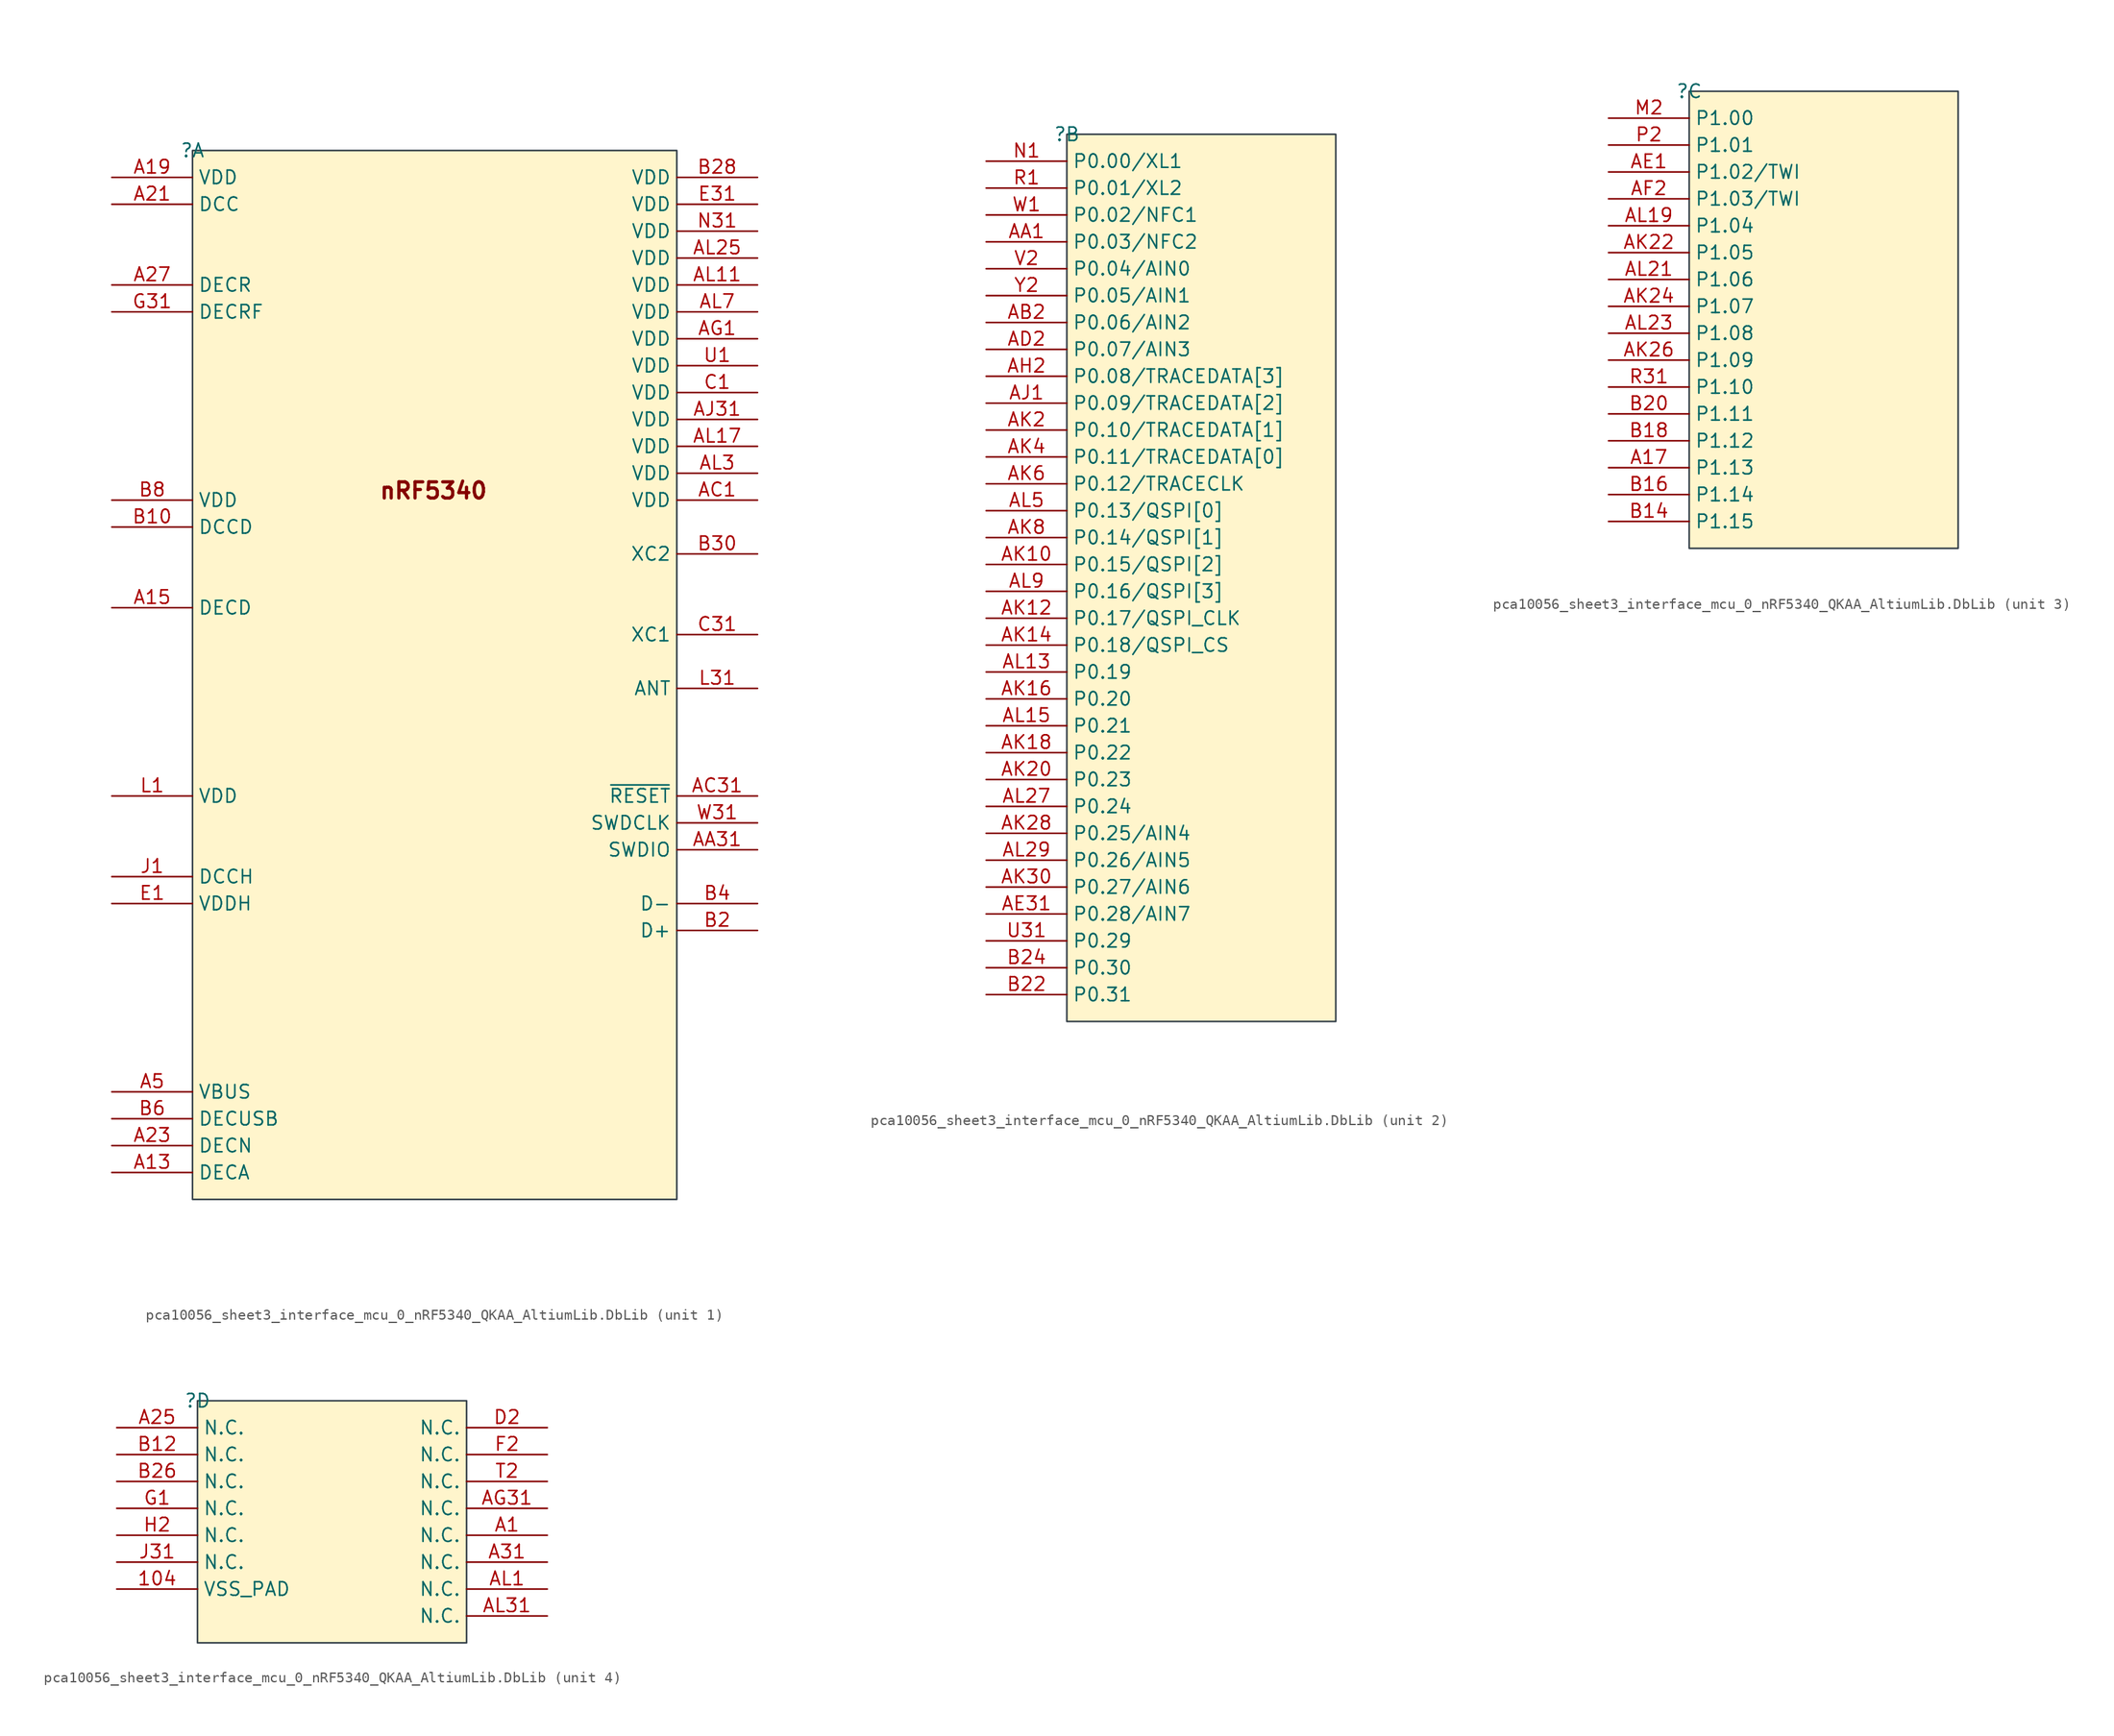
<source format=kicad_sym>
(kicad_symbol_lib
  (version 20241209)
  (generator "kicad_symbol_editor")
  (generator_version "9.0")
  (symbol "pca10056_sheet3_interface_mcu_0_nRF5340_QKAA_AltiumLib.DbLib"
    (property "Reference" ""
      (at 0 0 0)
      (effects (font (size 1.27 1.27))))
    (property "Value" ""
      (at 0 0 0)
      (effects (font (size 1.27 1.27))))
    (symbol "pca10056_sheet3_interface_mcu_0_nRF5340_QKAA_AltiumLib.DbLib_1_0"
      (rectangle (start 45.72 0) (end 0 -99.06) (stroke (width 0) (type solid) (color 51 63 72 1)) (fill (type color) (color 255 245 204 1)))
      (text "nRF5340" (at 22.749 -33.02 0) (effects (font (size 1.524 1.524) (thickness 0.305) (bold yes)) (justify bottom)))
      (pin power_in line (at -7.62 -2.54 0) (length 7.62) (name "VDD" (effects (font (size 1.27 1.27)))) (number "A19" (effects (font (size 1.27 1.27)))))
      (pin output line (at -7.62 -5.08 0) (length 7.62) (name "DCC" (effects (font (size 1.27 1.27)))) (number "A21" (effects (font (size 1.27 1.27)))))
      (pin power_in line (at -7.62 -12.7 0) (length 7.62) (name "DECR" (effects (font (size 1.27 1.27)))) (number "A27" (effects (font (size 1.27 1.27)))))
      (pin power_in line (at -7.62 -15.24 0) (length 7.62) (name "DECRF" (effects (font (size 1.27 1.27)))) (number "G31" (effects (font (size 1.27 1.27)))))
      (pin power_in line (at -7.62 -33.02 0) (length 7.62) (name "VDD" (effects (font (size 1.27 1.27)))) (number "B8" (effects (font (size 1.27 1.27)))))
      (pin power_in line (at -7.62 -35.56 0) (length 7.62) (name "DCCD" (effects (font (size 1.27 1.27)))) (number "B10" (effects (font (size 1.27 1.27)))))
      (pin power_in line (at -7.62 -43.18 0) (length 7.62) (name "DECD" (effects (font (size 1.27 1.27)))) (number "A15" (effects (font (size 1.27 1.27)))))
      (pin power_in line (at -7.62 -60.96 0) (length 7.62) (name "VDD" (effects (font (size 1.27 1.27)))) (number "L1" (effects (font (size 1.27 1.27)))))
      (pin power_in line (at -7.62 -68.58 0) (length 7.62) (name "DCCH" (effects (font (size 1.27 1.27)))) (number "J1" (effects (font (size 1.27 1.27)))))
      (pin power_in line (at -7.62 -71.12 0) (length 7.62) (name "VDDH" (effects (font (size 1.27 1.27)))) (number "E1" (effects (font (size 1.27 1.27)))))
      (pin power_in line (at -7.62 -88.9 0) (length 7.62) (name "VBUS" (effects (font (size 1.27 1.27)))) (number "A5" (effects (font (size 1.27 1.27)))))
      (pin power_in line (at -7.62 -91.44 0) (length 7.62) (name "DECUSB" (effects (font (size 1.27 1.27)))) (number "B6" (effects (font (size 1.27 1.27)))))
      (pin power_in line (at -7.62 -93.98 0) (length 7.62) (name "DECN" (effects (font (size 1.27 1.27)))) (number "A23" (effects (font (size 1.27 1.27)))))
      (pin power_in line (at -7.62 -96.52 0) (length 7.62) (name "DECA" (effects (font (size 1.27 1.27)))) (number "A13" (effects (font (size 1.27 1.27)))))
      (pin power_in line (at 53.34 -2.54 180) (length 7.62) (name "VDD" (effects (font (size 1.27 1.27)))) (number "B28" (effects (font (size 1.27 1.27)))))
      (pin power_in line (at 53.34 -5.08 180) (length 7.62) (name "VDD" (effects (font (size 1.27 1.27)))) (number "E31" (effects (font (size 1.27 1.27)))))
      (pin power_in line (at 53.34 -7.62 180) (length 7.62) (name "VDD" (effects (font (size 1.27 1.27)))) (number "N31" (effects (font (size 1.27 1.27)))))
      (pin power_in line (at 53.34 -10.16 180) (length 7.62) (name "VDD" (effects (font (size 1.27 1.27)))) (number "AL25" (effects (font (size 1.27 1.27)))))
      (pin power_in line (at 53.34 -12.7 180) (length 7.62) (name "VDD" (effects (font (size 1.27 1.27)))) (number "AL11" (effects (font (size 1.27 1.27)))))
      (pin power_in line (at 53.34 -15.24 180) (length 7.62) (name "VDD" (effects (font (size 1.27 1.27)))) (number "AL7" (effects (font (size 1.27 1.27)))))
      (pin power_in line (at 53.34 -17.78 180) (length 7.62) (name "VDD" (effects (font (size 1.27 1.27)))) (number "AG1" (effects (font (size 1.27 1.27)))))
      (pin power_in line (at 53.34 -20.32 180) (length 7.62) (name "VDD" (effects (font (size 1.27 1.27)))) (number "U1" (effects (font (size 1.27 1.27)))))
      (pin power_in line (at 53.34 -22.86 180) (length 7.62) (name "VDD" (effects (font (size 1.27 1.27)))) (number "C1" (effects (font (size 1.27 1.27)))))
      (pin power_in line (at 53.34 -25.4 180) (length 7.62) (name "VDD" (effects (font (size 1.27 1.27)))) (number "AJ31" (effects (font (size 1.27 1.27)))))
      (pin power_in line (at 53.34 -27.94 180) (length 7.62) (name "VDD" (effects (font (size 1.27 1.27)))) (number "AL17" (effects (font (size 1.27 1.27)))))
      (pin power_in line (at 53.34 -30.48 180) (length 7.62) (name "VDD" (effects (font (size 1.27 1.27)))) (number "AL3" (effects (font (size 1.27 1.27)))))
      (pin power_in line (at 53.34 -33.02 180) (length 7.62) (name "VDD" (effects (font (size 1.27 1.27)))) (number "AC1" (effects (font (size 1.27 1.27)))))
      (pin output line (at 53.34 -38.1 180) (length 7.62) (name "XC2" (effects (font (size 1.27 1.27)))) (number "B30" (effects (font (size 1.27 1.27)))))
      (pin input line (at 53.34 -45.72 180) (length 7.62) (name "XC1" (effects (font (size 1.27 1.27)))) (number "C31" (effects (font (size 1.27 1.27)))))
      (pin bidirectional line (at 53.34 -50.8 180) (length 7.62) (name "ANT" (effects (font (size 1.27 1.27)))) (number "L31" (effects (font (size 1.27 1.27)))))
      (pin input line (at 53.34 -60.96 180) (length 7.62) (name "~{RESET}" (effects (font (size 1.27 1.27)))) (number "AC31" (effects (font (size 1.27 1.27)))))
      (pin input line (at 53.34 -63.5 180) (length 7.62) (name "SWDCLK" (effects (font (size 1.27 1.27)))) (number "W31" (effects (font (size 1.27 1.27)))))
      (pin bidirectional line (at 53.34 -66.04 180) (length 7.62) (name "SWDIO" (effects (font (size 1.27 1.27)))) (number "AA31" (effects (font (size 1.27 1.27)))))
      (pin bidirectional line (at 53.34 -71.12 180) (length 7.62) (name "D-" (effects (font (size 1.27 1.27)))) (number "B4" (effects (font (size 1.27 1.27)))))
      (pin bidirectional line (at 53.34 -73.66 180) (length 7.62) (name "D+" (effects (font (size 1.27 1.27)))) (number "B2" (effects (font (size 1.27 1.27))))))
    (symbol "pca10056_sheet3_interface_mcu_0_nRF5340_QKAA_AltiumLib.DbLib_2_0"
      (rectangle (start 25.4 0) (end 0 -83.82) (stroke (width 0) (type solid) (color 51 63 72 1)) (fill (type color) (color 255 245 204 1)))
      (pin bidirectional line (at -7.62 -2.54 0) (length 7.62) (name "P0.00/XL1" (effects (font (size 1.27 1.27)))) (number "N1" (effects (font (size 1.27 1.27)))))
      (pin bidirectional line (at -7.62 -5.08 0) (length 7.62) (name "P0.01/XL2" (effects (font (size 1.27 1.27)))) (number "R1" (effects (font (size 1.27 1.27)))))
      (pin bidirectional line (at -7.62 -7.62 0) (length 7.62) (name "P0.02/NFC1" (effects (font (size 1.27 1.27)))) (number "W1" (effects (font (size 1.27 1.27)))))
      (pin bidirectional line (at -7.62 -10.16 0) (length 7.62) (name "P0.03/NFC2" (effects (font (size 1.27 1.27)))) (number "AA1" (effects (font (size 1.27 1.27)))))
      (pin bidirectional line (at -7.62 -12.7 0) (length 7.62) (name "P0.04/AIN0" (effects (font (size 1.27 1.27)))) (number "V2" (effects (font (size 1.27 1.27)))))
      (pin bidirectional line (at -7.62 -15.24 0) (length 7.62) (name "P0.05/AIN1" (effects (font (size 1.27 1.27)))) (number "Y2" (effects (font (size 1.27 1.27)))))
      (pin bidirectional line (at -7.62 -17.78 0) (length 7.62) (name "P0.06/AIN2" (effects (font (size 1.27 1.27)))) (number "AB2" (effects (font (size 1.27 1.27)))))
      (pin bidirectional line (at -7.62 -20.32 0) (length 7.62) (name "P0.07/AIN3" (effects (font (size 1.27 1.27)))) (number "AD2" (effects (font (size 1.27 1.27)))))
      (pin bidirectional line (at -7.62 -22.86 0) (length 7.62) (name "P0.08/TRACEDATA[3]" (effects (font (size 1.27 1.27)))) (number "AH2" (effects (font (size 1.27 1.27)))))
      (pin bidirectional line (at -7.62 -25.4 0) (length 7.62) (name "P0.09/TRACEDATA[2]" (effects (font (size 1.27 1.27)))) (number "AJ1" (effects (font (size 1.27 1.27)))))
      (pin bidirectional line (at -7.62 -27.94 0) (length 7.62) (name "P0.10/TRACEDATA[1]" (effects (font (size 1.27 1.27)))) (number "AK2" (effects (font (size 1.27 1.27)))))
      (pin bidirectional line (at -7.62 -30.48 0) (length 7.62) (name "P0.11/TRACEDATA[0]" (effects (font (size 1.27 1.27)))) (number "AK4" (effects (font (size 1.27 1.27)))))
      (pin bidirectional line (at -7.62 -33.02 0) (length 7.62) (name "P0.12/TRACECLK" (effects (font (size 1.27 1.27)))) (number "AK6" (effects (font (size 1.27 1.27)))))
      (pin bidirectional line (at -7.62 -35.56 0) (length 7.62) (name "P0.13/QSPI[0]" (effects (font (size 1.27 1.27)))) (number "AL5" (effects (font (size 1.27 1.27)))))
      (pin bidirectional line (at -7.62 -38.1 0) (length 7.62) (name "P0.14/QSPI[1]" (effects (font (size 1.27 1.27)))) (number "AK8" (effects (font (size 1.27 1.27)))))
      (pin bidirectional line (at -7.62 -40.64 0) (length 7.62) (name "P0.15/QSPI[2]" (effects (font (size 1.27 1.27)))) (number "AK10" (effects (font (size 1.27 1.27)))))
      (pin bidirectional line (at -7.62 -43.18 0) (length 7.62) (name "P0.16/QSPI[3]" (effects (font (size 1.27 1.27)))) (number "AL9" (effects (font (size 1.27 1.27)))))
      (pin bidirectional line (at -7.62 -45.72 0) (length 7.62) (name "P0.17/QSPI_CLK" (effects (font (size 1.27 1.27)))) (number "AK12" (effects (font (size 1.27 1.27)))))
      (pin bidirectional line (at -7.62 -48.26 0) (length 7.62) (name "P0.18/QSPI_CS" (effects (font (size 1.27 1.27)))) (number "AK14" (effects (font (size 1.27 1.27)))))
      (pin bidirectional line (at -7.62 -50.8 0) (length 7.62) (name "P0.19" (effects (font (size 1.27 1.27)))) (number "AL13" (effects (font (size 1.27 1.27)))))
      (pin bidirectional line (at -7.62 -53.34 0) (length 7.62) (name "P0.20" (effects (font (size 1.27 1.27)))) (number "AK16" (effects (font (size 1.27 1.27)))))
      (pin bidirectional line (at -7.62 -55.88 0) (length 7.62) (name "P0.21" (effects (font (size 1.27 1.27)))) (number "AL15" (effects (font (size 1.27 1.27)))))
      (pin bidirectional line (at -7.62 -58.42 0) (length 7.62) (name "P0.22" (effects (font (size 1.27 1.27)))) (number "AK18" (effects (font (size 1.27 1.27)))))
      (pin bidirectional line (at -7.62 -60.96 0) (length 7.62) (name "P0.23" (effects (font (size 1.27 1.27)))) (number "AK20" (effects (font (size 1.27 1.27)))))
      (pin bidirectional line (at -7.62 -63.5 0) (length 7.62) (name "P0.24" (effects (font (size 1.27 1.27)))) (number "AL27" (effects (font (size 1.27 1.27)))))
      (pin bidirectional line (at -7.62 -66.04 0) (length 7.62) (name "P0.25/AIN4" (effects (font (size 1.27 1.27)))) (number "AK28" (effects (font (size 1.27 1.27)))))
      (pin bidirectional line (at -7.62 -68.58 0) (length 7.62) (name "P0.26/AIN5" (effects (font (size 1.27 1.27)))) (number "AL29" (effects (font (size 1.27 1.27)))))
      (pin bidirectional line (at -7.62 -71.12 0) (length 7.62) (name "P0.27/AIN6" (effects (font (size 1.27 1.27)))) (number "AK30" (effects (font (size 1.27 1.27)))))
      (pin bidirectional line (at -7.62 -73.66 0) (length 7.62) (name "P0.28/AIN7" (effects (font (size 1.27 1.27)))) (number "AE31" (effects (font (size 1.27 1.27)))))
      (pin bidirectional line (at -7.62 -76.2 0) (length 7.62) (name "P0.29" (effects (font (size 1.27 1.27)))) (number "U31" (effects (font (size 1.27 1.27)))))
      (pin bidirectional line (at -7.62 -78.74 0) (length 7.62) (name "P0.30" (effects (font (size 1.27 1.27)))) (number "B24" (effects (font (size 1.27 1.27)))))
      (pin bidirectional line (at -7.62 -81.28 0) (length 7.62) (name "P0.31" (effects (font (size 1.27 1.27)))) (number "B22" (effects (font (size 1.27 1.27))))))
    (symbol "pca10056_sheet3_interface_mcu_0_nRF5340_QKAA_AltiumLib.DbLib_3_0"
      (rectangle (start 25.4 0) (end 0 -43.18) (stroke (width 0) (type solid) (color 51 63 72 1)) (fill (type color) (color 255 245 204 1)))
      (pin bidirectional line (at -7.62 -2.54 0) (length 7.62) (name "P1.00" (effects (font (size 1.27 1.27)))) (number "M2" (effects (font (size 1.27 1.27)))))
      (pin bidirectional line (at -7.62 -5.08 0) (length 7.62) (name "P1.01" (effects (font (size 1.27 1.27)))) (number "P2" (effects (font (size 1.27 1.27)))))
      (pin bidirectional line (at -7.62 -7.62 0) (length 7.62) (name "P1.02/TWI" (effects (font (size 1.27 1.27)))) (number "AE1" (effects (font (size 1.27 1.27)))))
      (pin bidirectional line (at -7.62 -10.16 0) (length 7.62) (name "P1.03/TWI" (effects (font (size 1.27 1.27)))) (number "AF2" (effects (font (size 1.27 1.27)))))
      (pin bidirectional line (at -7.62 -12.7 0) (length 7.62) (name "P1.04" (effects (font (size 1.27 1.27)))) (number "AL19" (effects (font (size 1.27 1.27)))))
      (pin bidirectional line (at -7.62 -15.24 0) (length 7.62) (name "P1.05" (effects (font (size 1.27 1.27)))) (number "AK22" (effects (font (size 1.27 1.27)))))
      (pin bidirectional line (at -7.62 -17.78 0) (length 7.62) (name "P1.06" (effects (font (size 1.27 1.27)))) (number "AL21" (effects (font (size 1.27 1.27)))))
      (pin bidirectional line (at -7.62 -20.32 0) (length 7.62) (name "P1.07" (effects (font (size 1.27 1.27)))) (number "AK24" (effects (font (size 1.27 1.27)))))
      (pin bidirectional line (at -7.62 -22.86 0) (length 7.62) (name "P1.08" (effects (font (size 1.27 1.27)))) (number "AL23" (effects (font (size 1.27 1.27)))))
      (pin bidirectional line (at -7.62 -25.4 0) (length 7.62) (name "P1.09" (effects (font (size 1.27 1.27)))) (number "AK26" (effects (font (size 1.27 1.27)))))
      (pin bidirectional line (at -7.62 -27.94 0) (length 7.62) (name "P1.10" (effects (font (size 1.27 1.27)))) (number "R31" (effects (font (size 1.27 1.27)))))
      (pin bidirectional line (at -7.62 -30.48 0) (length 7.62) (name "P1.11" (effects (font (size 1.27 1.27)))) (number "B20" (effects (font (size 1.27 1.27)))))
      (pin bidirectional line (at -7.62 -33.02 0) (length 7.62) (name "P1.12" (effects (font (size 1.27 1.27)))) (number "B18" (effects (font (size 1.27 1.27)))))
      (pin bidirectional line (at -7.62 -35.56 0) (length 7.62) (name "P1.13" (effects (font (size 1.27 1.27)))) (number "A17" (effects (font (size 1.27 1.27)))))
      (pin bidirectional line (at -7.62 -38.1 0) (length 7.62) (name "P1.14" (effects (font (size 1.27 1.27)))) (number "B16" (effects (font (size 1.27 1.27)))))
      (pin bidirectional line (at -7.62 -40.64 0) (length 7.62) (name "P1.15" (effects (font (size 1.27 1.27)))) (number "B14" (effects (font (size 1.27 1.27))))))
    (symbol "pca10056_sheet3_interface_mcu_0_nRF5340_QKAA_AltiumLib.DbLib_4_0"
      (rectangle (start 25.4 0) (end 0 -22.86) (stroke (width 0) (type solid) (color 51 63 72 1)) (fill (type color) (color 255 245 204 1)))
      (pin passive line (at -7.62 -2.54 0) (length 7.62) (name "N.C." (effects (font (size 1.27 1.27)))) (number "A25" (effects (font (size 1.27 1.27)))))
      (pin passive line (at -7.62 -5.08 0) (length 7.62) (name "N.C." (effects (font (size 1.27 1.27)))) (number "B12" (effects (font (size 1.27 1.27)))))
      (pin passive line (at -7.62 -7.62 0) (length 7.62) (name "N.C." (effects (font (size 1.27 1.27)))) (number "B26" (effects (font (size 1.27 1.27)))))
      (pin passive line (at -7.62 -10.16 0) (length 7.62) (name "N.C." (effects (font (size 1.27 1.27)))) (number "G1" (effects (font (size 1.27 1.27)))))
      (pin passive line (at -7.62 -12.7 0) (length 7.62) (name "N.C." (effects (font (size 1.27 1.27)))) (number "H2" (effects (font (size 1.27 1.27)))))
      (pin passive line (at -7.62 -15.24 0) (length 7.62) (name "N.C." (effects (font (size 1.27 1.27)))) (number "J31" (effects (font (size 1.27 1.27)))))
      (pin power_in line (at -7.62 -17.78 0) (length 7.62) (name "VSS_PAD" (effects (font (size 1.27 1.27)))) (number "104" (effects (font (size 1.27 1.27)))))
      (pin passive line (at 33.02 -2.54 180) (length 7.62) (name "N.C." (effects (font (size 1.27 1.27)))) (number "D2" (effects (font (size 1.27 1.27)))))
      (pin passive line (at 33.02 -5.08 180) (length 7.62) (name "N.C." (effects (font (size 1.27 1.27)))) (number "F2" (effects (font (size 1.27 1.27)))))
      (pin passive line (at 33.02 -7.62 180) (length 7.62) (name "N.C." (effects (font (size 1.27 1.27)))) (number "T2" (effects (font (size 1.27 1.27)))))
      (pin passive line (at 33.02 -10.16 180) (length 7.62) (name "N.C." (effects (font (size 1.27 1.27)))) (number "AG31" (effects (font (size 1.27 1.27)))))
      (pin passive line (at 33.02 -12.7 180) (length 7.62) (name "N.C." (effects (font (size 1.27 1.27)))) (number "A1" (effects (font (size 1.27 1.27)))))
      (pin passive line (at 33.02 -15.24 180) (length 7.62) (name "N.C." (effects (font (size 1.27 1.27)))) (number "A31" (effects (font (size 1.27 1.27)))))
      (pin passive line (at 33.02 -17.78 180) (length 7.62) (name "N.C." (effects (font (size 1.27 1.27)))) (number "AL1" (effects (font (size 1.27 1.27)))))
      (pin passive line (at 33.02 -20.32 180) (length 7.62) (name "N.C." (effects (font (size 1.27 1.27)))) (number "AL31" (effects (font (size 1.27 1.27))))))))
</source>
